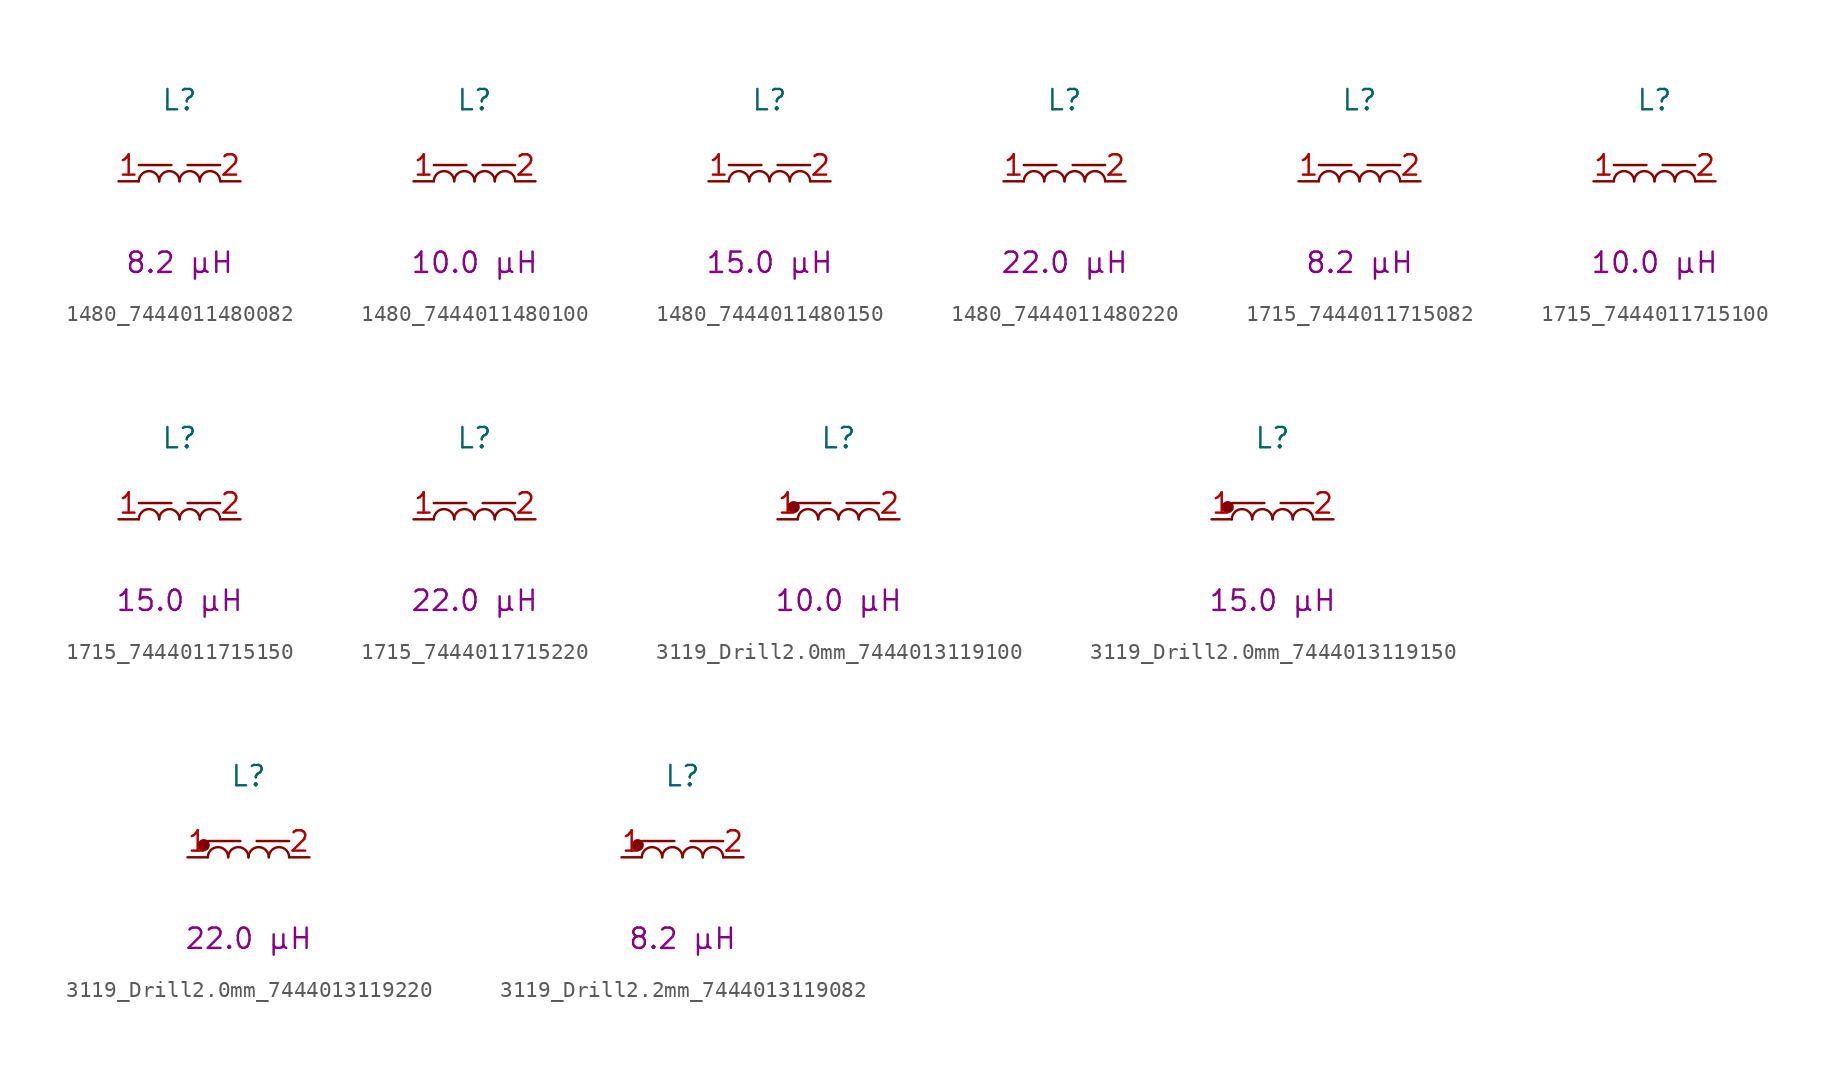
<source format=kicad_sym>
(kicad_symbol_lib
  (version 20220914)
  (generator kicad_symbol_editor)
  (symbol "1480_7444011480082"
    (pin_names hide)
    (property "Reference" "L"
      (at 0 5.08 0)
      (effects (font (size 1.27 1.27))))
    (property "Critical Parameter" "8.2 µH"
      (at 0 -5.08 0)
      (effects (font (size 1.27 1.27))))
    (symbol "1480_7444011480082_0_1"
      (arc (start -1.27 0) (mid -1.905 0.6323) (end -2.54 0) (stroke (width 0) (type default)) (fill (type none)))
      (arc (start 0 0) (mid -0.635 0.6323) (end -1.27 0) (stroke (width 0) (type default)) (fill (type none)))
      (polyline (pts (xy -2.54 1.016) (xy -0.508 1.016)) (stroke (width 0) (type default)) (fill (type none)))
      (arc (start 1.27 0) (mid 0.635 0.6323) (end 0 0) (stroke (width 0) (type default)) (fill (type none)))
      (arc (start 2.54 0) (mid 1.905 0.6323) (end 1.27 0) (stroke (width 0) (type default)) (fill (type none))))
    (symbol "1480_7444011480082_1_1"
      (polyline (pts (xy 2.54 1.016) (xy 0.508 1.016)) (stroke (width 0) (type default)) (fill (type none)))
      (pin passive line (at -3.81 0 0) (length 1.27) (name "1" (effects (font (size 1.27 1.27)))) (number "1" (effects (font (size 1.27 1.27)))))
      (pin passive line (at 3.81 0 180) (length 1.27) (name "2" (effects (font (size 1.27 1.27)))) (number "2" (effects (font (size 1.27 1.27)))))))
  (symbol "1480_7444011480100"
    (pin_names hide)
    (property "Reference" "L"
      (at 0 5.08 0)
      (effects (font (size 1.27 1.27))))
    (property "Critical Parameter" "10.0 µH"
      (at 0 -5.08 0)
      (effects (font (size 1.27 1.27))))
    (symbol "1480_7444011480100_0_1"
      (arc (start -1.27 0) (mid -1.905 0.6323) (end -2.54 0) (stroke (width 0) (type default)) (fill (type none)))
      (arc (start 0 0) (mid -0.635 0.6323) (end -1.27 0) (stroke (width 0) (type default)) (fill (type none)))
      (polyline (pts (xy -2.54 1.016) (xy -0.508 1.016)) (stroke (width 0) (type default)) (fill (type none)))
      (arc (start 1.27 0) (mid 0.635 0.6323) (end 0 0) (stroke (width 0) (type default)) (fill (type none)))
      (arc (start 2.54 0) (mid 1.905 0.6323) (end 1.27 0) (stroke (width 0) (type default)) (fill (type none))))
    (symbol "1480_7444011480100_1_1"
      (polyline (pts (xy 2.54 1.016) (xy 0.508 1.016)) (stroke (width 0) (type default)) (fill (type none)))
      (pin passive line (at -3.81 0 0) (length 1.27) (name "1" (effects (font (size 1.27 1.27)))) (number "1" (effects (font (size 1.27 1.27)))))
      (pin passive line (at 3.81 0 180) (length 1.27) (name "2" (effects (font (size 1.27 1.27)))) (number "2" (effects (font (size 1.27 1.27)))))))
  (symbol "1480_7444011480150"
    (pin_names hide)
    (property "Reference" "L"
      (at 0 5.08 0)
      (effects (font (size 1.27 1.27))))
    (property "Critical Parameter" "15.0 µH"
      (at 0 -5.08 0)
      (effects (font (size 1.27 1.27))))
    (symbol "1480_7444011480150_0_1"
      (arc (start -1.27 0) (mid -1.905 0.6323) (end -2.54 0) (stroke (width 0) (type default)) (fill (type none)))
      (arc (start 0 0) (mid -0.635 0.6323) (end -1.27 0) (stroke (width 0) (type default)) (fill (type none)))
      (polyline (pts (xy -2.54 1.016) (xy -0.508 1.016)) (stroke (width 0) (type default)) (fill (type none)))
      (arc (start 1.27 0) (mid 0.635 0.6323) (end 0 0) (stroke (width 0) (type default)) (fill (type none)))
      (arc (start 2.54 0) (mid 1.905 0.6323) (end 1.27 0) (stroke (width 0) (type default)) (fill (type none))))
    (symbol "1480_7444011480150_1_1"
      (polyline (pts (xy 2.54 1.016) (xy 0.508 1.016)) (stroke (width 0) (type default)) (fill (type none)))
      (pin passive line (at -3.81 0 0) (length 1.27) (name "1" (effects (font (size 1.27 1.27)))) (number "1" (effects (font (size 1.27 1.27)))))
      (pin passive line (at 3.81 0 180) (length 1.27) (name "2" (effects (font (size 1.27 1.27)))) (number "2" (effects (font (size 1.27 1.27)))))))
  (symbol "1480_7444011480220"
    (pin_names hide)
    (property "Reference" "L"
      (at 0 5.08 0)
      (effects (font (size 1.27 1.27))))
    (property "Critical Parameter" "22.0 µH"
      (at 0 -5.08 0)
      (effects (font (size 1.27 1.27))))
    (symbol "1480_7444011480220_0_1"
      (arc (start -1.27 0) (mid -1.905 0.6323) (end -2.54 0) (stroke (width 0) (type default)) (fill (type none)))
      (arc (start 0 0) (mid -0.635 0.6323) (end -1.27 0) (stroke (width 0) (type default)) (fill (type none)))
      (polyline (pts (xy -2.54 1.016) (xy -0.508 1.016)) (stroke (width 0) (type default)) (fill (type none)))
      (arc (start 1.27 0) (mid 0.635 0.6323) (end 0 0) (stroke (width 0) (type default)) (fill (type none)))
      (arc (start 2.54 0) (mid 1.905 0.6323) (end 1.27 0) (stroke (width 0) (type default)) (fill (type none))))
    (symbol "1480_7444011480220_1_1"
      (polyline (pts (xy 2.54 1.016) (xy 0.508 1.016)) (stroke (width 0) (type default)) (fill (type none)))
      (pin passive line (at -3.81 0 0) (length 1.27) (name "1" (effects (font (size 1.27 1.27)))) (number "1" (effects (font (size 1.27 1.27)))))
      (pin passive line (at 3.81 0 180) (length 1.27) (name "2" (effects (font (size 1.27 1.27)))) (number "2" (effects (font (size 1.27 1.27)))))))
  (symbol "1715_7444011715082"
    (pin_names hide)
    (property "Reference" "L"
      (at 0 5.08 0)
      (effects (font (size 1.27 1.27))))
    (property "Critical Parameter" "8.2 µH"
      (at 0 -5.08 0)
      (effects (font (size 1.27 1.27))))
    (symbol "1715_7444011715082_0_1"
      (arc (start -1.27 0) (mid -1.905 0.6323) (end -2.54 0) (stroke (width 0) (type default)) (fill (type none)))
      (arc (start 0 0) (mid -0.635 0.6323) (end -1.27 0) (stroke (width 0) (type default)) (fill (type none)))
      (polyline (pts (xy -2.54 1.016) (xy -0.508 1.016)) (stroke (width 0) (type default)) (fill (type none)))
      (arc (start 1.27 0) (mid 0.635 0.6323) (end 0 0) (stroke (width 0) (type default)) (fill (type none)))
      (arc (start 2.54 0) (mid 1.905 0.6323) (end 1.27 0) (stroke (width 0) (type default)) (fill (type none))))
    (symbol "1715_7444011715082_1_1"
      (polyline (pts (xy 2.54 1.016) (xy 0.508 1.016)) (stroke (width 0) (type default)) (fill (type none)))
      (pin passive line (at -3.81 0 0) (length 1.27) (name "1" (effects (font (size 1.27 1.27)))) (number "1" (effects (font (size 1.27 1.27)))))
      (pin passive line (at 3.81 0 180) (length 1.27) (name "2" (effects (font (size 1.27 1.27)))) (number "2" (effects (font (size 1.27 1.27)))))))
  (symbol "1715_7444011715100"
    (pin_names hide)
    (property "Reference" "L"
      (at 0 5.08 0)
      (effects (font (size 1.27 1.27))))
    (property "Critical Parameter" "10.0 µH"
      (at 0 -5.08 0)
      (effects (font (size 1.27 1.27))))
    (symbol "1715_7444011715100_0_1"
      (arc (start -1.27 0) (mid -1.905 0.6323) (end -2.54 0) (stroke (width 0) (type default)) (fill (type none)))
      (arc (start 0 0) (mid -0.635 0.6323) (end -1.27 0) (stroke (width 0) (type default)) (fill (type none)))
      (polyline (pts (xy -2.54 1.016) (xy -0.508 1.016)) (stroke (width 0) (type default)) (fill (type none)))
      (arc (start 1.27 0) (mid 0.635 0.6323) (end 0 0) (stroke (width 0) (type default)) (fill (type none)))
      (arc (start 2.54 0) (mid 1.905 0.6323) (end 1.27 0) (stroke (width 0) (type default)) (fill (type none))))
    (symbol "1715_7444011715100_1_1"
      (polyline (pts (xy 2.54 1.016) (xy 0.508 1.016)) (stroke (width 0) (type default)) (fill (type none)))
      (pin passive line (at -3.81 0 0) (length 1.27) (name "1" (effects (font (size 1.27 1.27)))) (number "1" (effects (font (size 1.27 1.27)))))
      (pin passive line (at 3.81 0 180) (length 1.27) (name "2" (effects (font (size 1.27 1.27)))) (number "2" (effects (font (size 1.27 1.27)))))))
  (symbol "1715_7444011715150"
    (pin_names hide)
    (property "Reference" "L"
      (at 0 5.08 0)
      (effects (font (size 1.27 1.27))))
    (property "Critical Parameter" "15.0 µH"
      (at 0 -5.08 0)
      (effects (font (size 1.27 1.27))))
    (symbol "1715_7444011715150_0_1"
      (arc (start -1.27 0) (mid -1.905 0.6323) (end -2.54 0) (stroke (width 0) (type default)) (fill (type none)))
      (arc (start 0 0) (mid -0.635 0.6323) (end -1.27 0) (stroke (width 0) (type default)) (fill (type none)))
      (polyline (pts (xy -2.54 1.016) (xy -0.508 1.016)) (stroke (width 0) (type default)) (fill (type none)))
      (arc (start 1.27 0) (mid 0.635 0.6323) (end 0 0) (stroke (width 0) (type default)) (fill (type none)))
      (arc (start 2.54 0) (mid 1.905 0.6323) (end 1.27 0) (stroke (width 0) (type default)) (fill (type none))))
    (symbol "1715_7444011715150_1_1"
      (polyline (pts (xy 2.54 1.016) (xy 0.508 1.016)) (stroke (width 0) (type default)) (fill (type none)))
      (pin passive line (at -3.81 0 0) (length 1.27) (name "1" (effects (font (size 1.27 1.27)))) (number "1" (effects (font (size 1.27 1.27)))))
      (pin passive line (at 3.81 0 180) (length 1.27) (name "2" (effects (font (size 1.27 1.27)))) (number "2" (effects (font (size 1.27 1.27)))))))
  (symbol "1715_7444011715220"
    (pin_names hide)
    (property "Reference" "L"
      (at 0 5.08 0)
      (effects (font (size 1.27 1.27))))
    (property "Critical Parameter" "22.0 µH"
      (at 0 -5.08 0)
      (effects (font (size 1.27 1.27))))
    (symbol "1715_7444011715220_0_1"
      (arc (start -1.27 0) (mid -1.905 0.6323) (end -2.54 0) (stroke (width 0) (type default)) (fill (type none)))
      (arc (start 0 0) (mid -0.635 0.6323) (end -1.27 0) (stroke (width 0) (type default)) (fill (type none)))
      (polyline (pts (xy -2.54 1.016) (xy -0.508 1.016)) (stroke (width 0) (type default)) (fill (type none)))
      (arc (start 1.27 0) (mid 0.635 0.6323) (end 0 0) (stroke (width 0) (type default)) (fill (type none)))
      (arc (start 2.54 0) (mid 1.905 0.6323) (end 1.27 0) (stroke (width 0) (type default)) (fill (type none))))
    (symbol "1715_7444011715220_1_1"
      (polyline (pts (xy 2.54 1.016) (xy 0.508 1.016)) (stroke (width 0) (type default)) (fill (type none)))
      (pin passive line (at -3.81 0 0) (length 1.27) (name "1" (effects (font (size 1.27 1.27)))) (number "1" (effects (font (size 1.27 1.27)))))
      (pin passive line (at 3.81 0 180) (length 1.27) (name "2" (effects (font (size 1.27 1.27)))) (number "2" (effects (font (size 1.27 1.27)))))))
  (symbol "3119_Drill2.0mm_7444013119100"
    (pin_names hide)
    (property "Reference" "L"
      (at 0 5.08 0)
      (effects (font (size 1.27 1.27))))
    (property "Critical Parameter" "10.0 µH"
      (at 0 -5.08 0)
      (effects (font (size 1.27 1.27))))
    (symbol "3119_Drill2.0mm_7444013119100_0_1"
      (arc (start -1.27 0) (mid -1.905 0.6323) (end -2.54 0) (stroke (width 0) (type default)) (fill (type none)))
      (arc (start 0 0) (mid -0.635 0.6323) (end -1.27 0) (stroke (width 0) (type default)) (fill (type none)))
      (polyline (pts (xy -2.54 1.016) (xy -0.508 1.016)) (stroke (width 0) (type default)) (fill (type none)))
      (arc (start 1.27 0) (mid 0.635 0.6323) (end 0 0) (stroke (width 0) (type default)) (fill (type none)))
      (arc (start 2.54 0) (mid 1.905 0.6323) (end 1.27 0) (stroke (width 0) (type default)) (fill (type none))))
    (symbol "3119_Drill2.0mm_7444013119100_1_1"
      (circle (center -2.794 0.762) (radius 0.0001) (stroke (width 0.381) (type default)) (fill (type none)))
      (polyline (pts (xy 2.54 1.016) (xy 0.508 1.016)) (stroke (width 0) (type default)) (fill (type none)))
      (pin passive line (at -3.81 0 0) (length 1.27) (name "1" (effects (font (size 1.27 1.27)))) (number "1" (effects (font (size 1.27 1.27)))))
      (pin passive line (at 3.81 0 180) (length 1.27) (name "2" (effects (font (size 1.27 1.27)))) (number "2" (effects (font (size 1.27 1.27)))))))
  (symbol "3119_Drill2.0mm_7444013119150"
    (pin_names hide)
    (property "Reference" "L"
      (at 0 5.08 0)
      (effects (font (size 1.27 1.27))))
    (property "Critical Parameter" "15.0 µH"
      (at 0 -5.08 0)
      (effects (font (size 1.27 1.27))))
    (symbol "3119_Drill2.0mm_7444013119150_0_1"
      (arc (start -1.27 0) (mid -1.905 0.6323) (end -2.54 0) (stroke (width 0) (type default)) (fill (type none)))
      (arc (start 0 0) (mid -0.635 0.6323) (end -1.27 0) (stroke (width 0) (type default)) (fill (type none)))
      (polyline (pts (xy -2.54 1.016) (xy -0.508 1.016)) (stroke (width 0) (type default)) (fill (type none)))
      (arc (start 1.27 0) (mid 0.635 0.6323) (end 0 0) (stroke (width 0) (type default)) (fill (type none)))
      (arc (start 2.54 0) (mid 1.905 0.6323) (end 1.27 0) (stroke (width 0) (type default)) (fill (type none))))
    (symbol "3119_Drill2.0mm_7444013119150_1_1"
      (circle (center -2.794 0.762) (radius 0.0001) (stroke (width 0.381) (type default)) (fill (type none)))
      (polyline (pts (xy 2.54 1.016) (xy 0.508 1.016)) (stroke (width 0) (type default)) (fill (type none)))
      (pin passive line (at -3.81 0 0) (length 1.27) (name "1" (effects (font (size 1.27 1.27)))) (number "1" (effects (font (size 1.27 1.27)))))
      (pin passive line (at 3.81 0 180) (length 1.27) (name "2" (effects (font (size 1.27 1.27)))) (number "2" (effects (font (size 1.27 1.27)))))))
  (symbol "3119_Drill2.0mm_7444013119220"
    (pin_names hide)
    (property "Reference" "L"
      (at 0 5.08 0)
      (effects (font (size 1.27 1.27))))
    (property "Critical Parameter" "22.0 µH"
      (at 0 -5.08 0)
      (effects (font (size 1.27 1.27))))
    (symbol "3119_Drill2.0mm_7444013119220_0_1"
      (arc (start -1.27 0) (mid -1.905 0.6323) (end -2.54 0) (stroke (width 0) (type default)) (fill (type none)))
      (arc (start 0 0) (mid -0.635 0.6323) (end -1.27 0) (stroke (width 0) (type default)) (fill (type none)))
      (polyline (pts (xy -2.54 1.016) (xy -0.508 1.016)) (stroke (width 0) (type default)) (fill (type none)))
      (arc (start 1.27 0) (mid 0.635 0.6323) (end 0 0) (stroke (width 0) (type default)) (fill (type none)))
      (arc (start 2.54 0) (mid 1.905 0.6323) (end 1.27 0) (stroke (width 0) (type default)) (fill (type none))))
    (symbol "3119_Drill2.0mm_7444013119220_1_1"
      (circle (center -2.794 0.762) (radius 0.0001) (stroke (width 0.381) (type default)) (fill (type none)))
      (polyline (pts (xy 2.54 1.016) (xy 0.508 1.016)) (stroke (width 0) (type default)) (fill (type none)))
      (pin passive line (at -3.81 0 0) (length 1.27) (name "1" (effects (font (size 1.27 1.27)))) (number "1" (effects (font (size 1.27 1.27)))))
      (pin passive line (at 3.81 0 180) (length 1.27) (name "2" (effects (font (size 1.27 1.27)))) (number "2" (effects (font (size 1.27 1.27)))))))
  (symbol "3119_Drill2.2mm_7444013119082"
    (pin_names hide)
    (property "Reference" "L"
      (at 0 5.08 0)
      (effects (font (size 1.27 1.27))))
    (property "Critical Parameter" "8.2 µH"
      (at 0 -5.08 0)
      (effects (font (size 1.27 1.27))))
    (symbol "3119_Drill2.2mm_7444013119082_0_1"
      (arc (start -1.27 0) (mid -1.905 0.6323) (end -2.54 0) (stroke (width 0) (type default)) (fill (type none)))
      (arc (start 0 0) (mid -0.635 0.6323) (end -1.27 0) (stroke (width 0) (type default)) (fill (type none)))
      (polyline (pts (xy -2.54 1.016) (xy -0.508 1.016)) (stroke (width 0) (type default)) (fill (type none)))
      (arc (start 1.27 0) (mid 0.635 0.6323) (end 0 0) (stroke (width 0) (type default)) (fill (type none)))
      (arc (start 2.54 0) (mid 1.905 0.6323) (end 1.27 0) (stroke (width 0) (type default)) (fill (type none))))
    (symbol "3119_Drill2.2mm_7444013119082_1_1"
      (circle (center -2.794 0.762) (radius 0.0001) (stroke (width 0.381) (type default)) (fill (type none)))
      (polyline (pts (xy 2.54 1.016) (xy 0.508 1.016)) (stroke (width 0) (type default)) (fill (type none)))
      (pin passive line (at -3.81 0 0) (length 1.27) (name "1" (effects (font (size 1.27 1.27)))) (number "1" (effects (font (size 1.27 1.27)))))
      (pin passive line (at 3.81 0 180) (length 1.27) (name "2" (effects (font (size 1.27 1.27)))) (number "2" (effects (font (size 1.27 1.27))))))))
</source>
